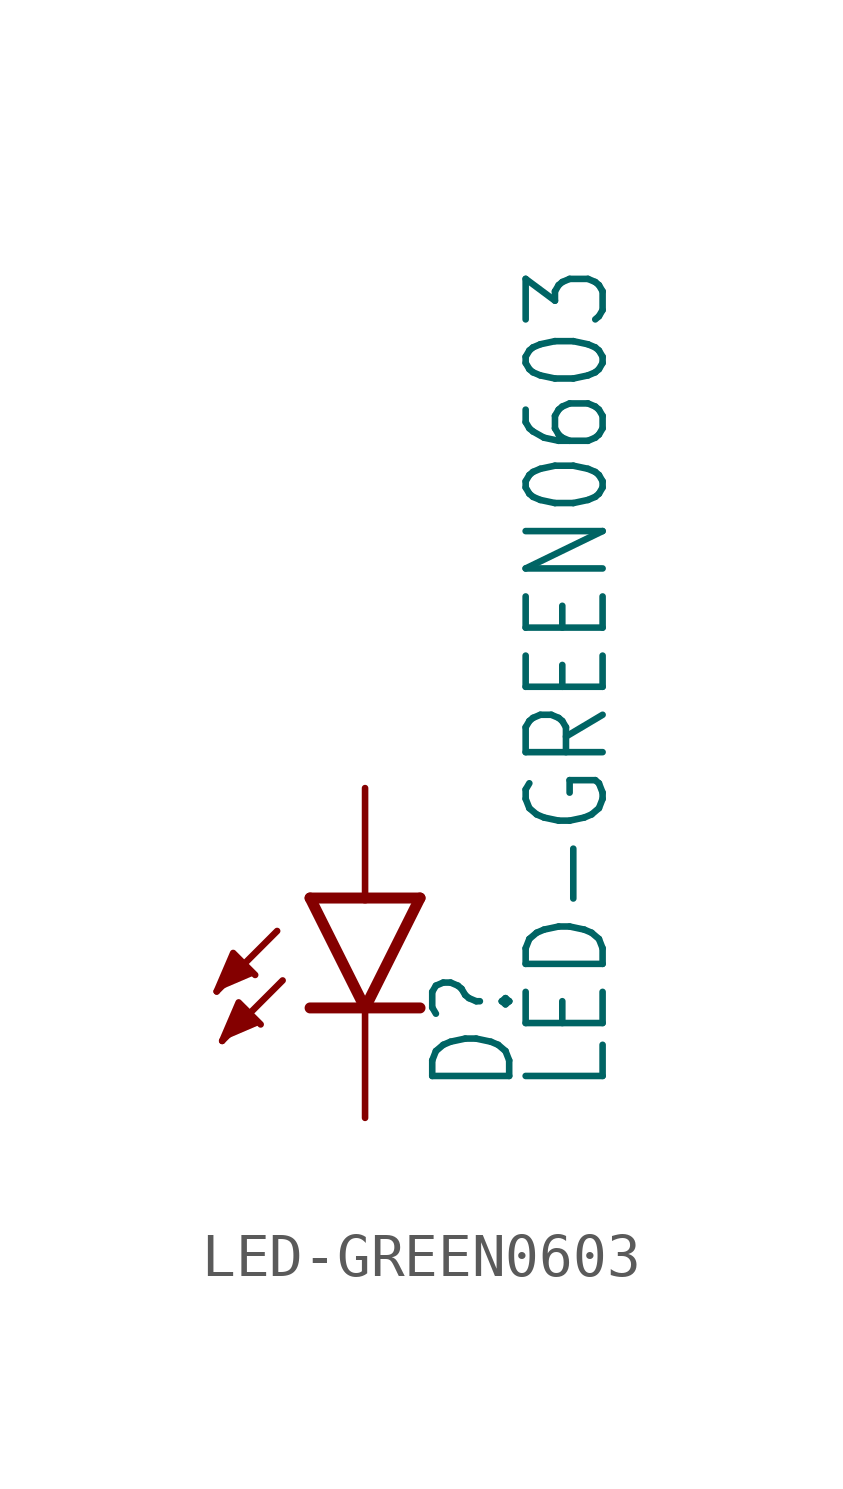
<source format=kicad_sym>
(kicad_symbol_lib
  (version 20211014)
  (generator kicad_symbol_editor)
  (symbol "LED-GREEN0603"
    (property "Reference" "D"
      (at 3.556 -4.572 90)
      (effects (font (size 1.778 1.511)) (justify left bottom)))
    (property "Value" "LED-GREEN0603"
      (at 5.715 -4.572 90)
      (effects (font (size 1.778 1.511)) (justify left bottom)))
    (property "ki_locked" ""
      (at 0 0 0)
      (effects (font (size 1.27 1.27))))
    (symbol "LED-GREEN0603_1_0"
      (polyline (pts (xy -2.032 -0.762) (xy -3.429 -2.159)) (stroke (width 0.152) (type default) (color 0 0 0 0)) (fill (type none)))
      (polyline (pts (xy -1.905 -1.905) (xy -3.302 -3.302)) (stroke (width 0.152) (type default) (color 0 0 0 0)) (fill (type none)))
      (polyline (pts (xy 0 -2.54) (xy -1.27 -2.54)) (stroke (width 0.254) (type default) (color 0 0 0 0)) (fill (type none)))
      (polyline (pts (xy 0 -2.54) (xy -1.27 0)) (stroke (width 0.254) (type default) (color 0 0 0 0)) (fill (type none)))
      (polyline (pts (xy 0 0) (xy -1.27 0)) (stroke (width 0.254) (type default) (color 0 0 0 0)) (fill (type none)))
      (polyline (pts (xy 1.27 -2.54) (xy 0 -2.54)) (stroke (width 0.254) (type default) (color 0 0 0 0)) (fill (type none)))
      (polyline (pts (xy 1.27 0) (xy 0 -2.54)) (stroke (width 0.254) (type default) (color 0 0 0 0)) (fill (type none)))
      (polyline (pts (xy 1.27 0) (xy 0 0)) (stroke (width 0.254) (type default) (color 0 0 0 0)) (fill (type none)))
      (polyline (pts (xy -3.429 -2.159) (xy -3.048 -1.27) (xy -2.54 -1.778)) (stroke (width 0) (type default) (color 0 0 0 0)) (fill (type outline)))
      (polyline (pts (xy -3.302 -3.302) (xy -2.921 -2.413) (xy -2.413 -2.921)) (stroke (width 0) (type default) (color 0 0 0 0)) (fill (type outline)))
      (pin passive line (at 0 2.54 270) (length 2.54) (name "A" (effects (font (size 0 0)))) (number "A" (effects (font (size 0 0)))))
      (pin passive line (at 0 -5.08 90) (length 2.54) (name "C" (effects (font (size 0 0)))) (number "C" (effects (font (size 0 0))))))))
</source>
